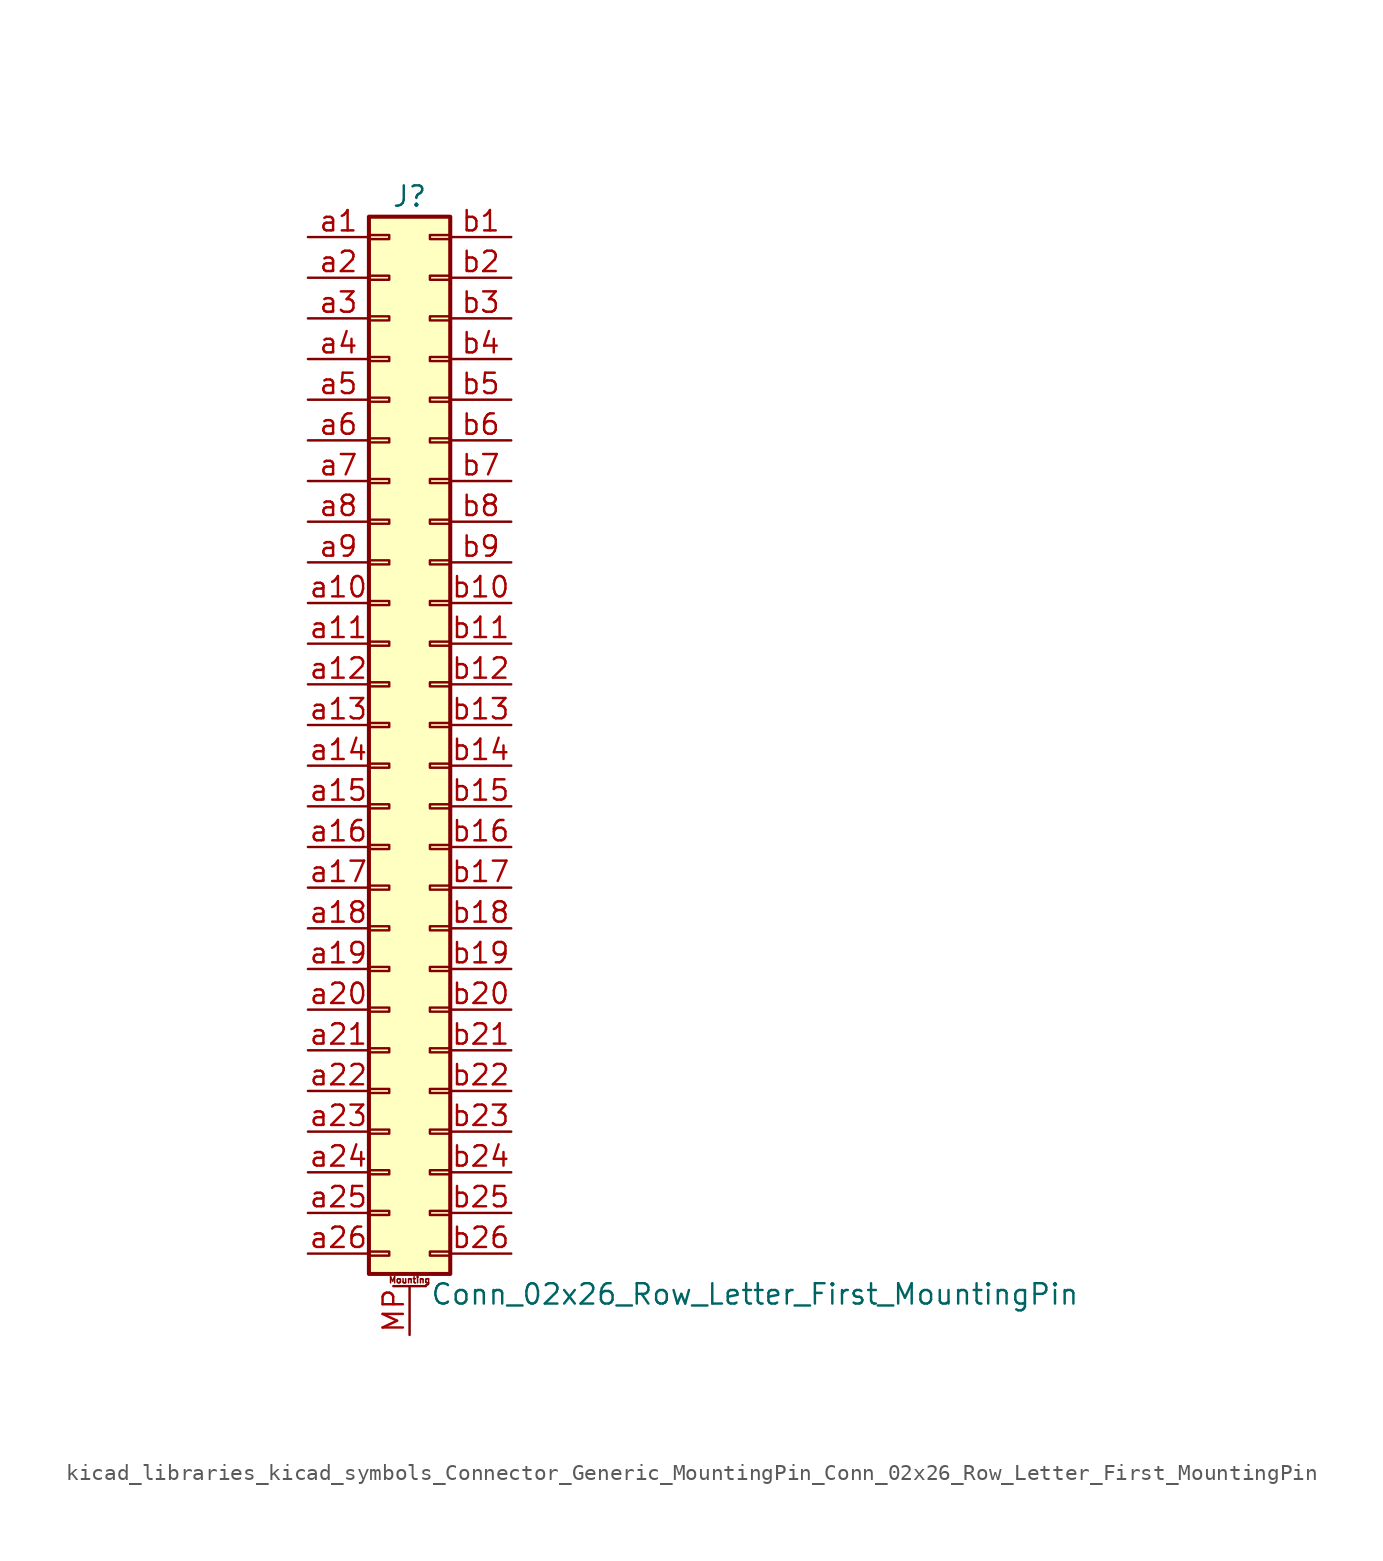
<source format=kicad_sym>
(kicad_symbol_lib
  (version 20220914)
  (generator kicad_symbol_editor)
  (symbol "kicad_libraries_kicad_symbols_Connector_Generic_MountingPin_Conn_02x26_Row_Letter_First_MountingPin"
    (pin_names
      (offset 1.016) hide)
    (property "Reference" "J"
      (at 1.27 33.02 0)
      (effects (font (size 1.27 1.27))))
    (property "Value" "Conn_02x26_Row_Letter_First_MountingPin"
      (at 2.54 -35.56 0)
      (effects (font (size 1.27 1.27)) (justify left)))
    (symbol "kicad_libraries_kicad_symbols_Connector_Generic_MountingPin_Conn_02x26_Row_Letter_First_MountingPin_1_1"
      (rectangle (start -1.27 -32.893) (end 0 -33.147) (stroke (width 0.152) (type default)) (fill (type none)))
      (rectangle (start -1.27 -30.353) (end 0 -30.607) (stroke (width 0.152) (type default)) (fill (type none)))
      (rectangle (start -1.27 -27.813) (end 0 -28.067) (stroke (width 0.152) (type default)) (fill (type none)))
      (rectangle (start -1.27 -25.273) (end 0 -25.527) (stroke (width 0.152) (type default)) (fill (type none)))
      (rectangle (start -1.27 -22.733) (end 0 -22.987) (stroke (width 0.152) (type default)) (fill (type none)))
      (rectangle (start -1.27 -20.193) (end 0 -20.447) (stroke (width 0.152) (type default)) (fill (type none)))
      (rectangle (start -1.27 -17.653) (end 0 -17.907) (stroke (width 0.152) (type default)) (fill (type none)))
      (rectangle (start -1.27 -15.113) (end 0 -15.367) (stroke (width 0.152) (type default)) (fill (type none)))
      (rectangle (start -1.27 -12.573) (end 0 -12.827) (stroke (width 0.152) (type default)) (fill (type none)))
      (rectangle (start -1.27 -10.033) (end 0 -10.287) (stroke (width 0.152) (type default)) (fill (type none)))
      (rectangle (start -1.27 -7.493) (end 0 -7.747) (stroke (width 0.152) (type default)) (fill (type none)))
      (rectangle (start -1.27 -4.953) (end 0 -5.207) (stroke (width 0.152) (type default)) (fill (type none)))
      (rectangle (start -1.27 -2.413) (end 0 -2.667) (stroke (width 0.152) (type default)) (fill (type none)))
      (rectangle (start -1.27 0.127) (end 0 -0.127) (stroke (width 0.152) (type default)) (fill (type none)))
      (rectangle (start -1.27 2.667) (end 0 2.413) (stroke (width 0.152) (type default)) (fill (type none)))
      (rectangle (start -1.27 5.207) (end 0 4.953) (stroke (width 0.152) (type default)) (fill (type none)))
      (rectangle (start -1.27 7.747) (end 0 7.493) (stroke (width 0.152) (type default)) (fill (type none)))
      (rectangle (start -1.27 10.287) (end 0 10.033) (stroke (width 0.152) (type default)) (fill (type none)))
      (rectangle (start -1.27 12.827) (end 0 12.573) (stroke (width 0.152) (type default)) (fill (type none)))
      (rectangle (start -1.27 15.367) (end 0 15.113) (stroke (width 0.152) (type default)) (fill (type none)))
      (rectangle (start -1.27 17.907) (end 0 17.653) (stroke (width 0.152) (type default)) (fill (type none)))
      (rectangle (start -1.27 20.447) (end 0 20.193) (stroke (width 0.152) (type default)) (fill (type none)))
      (rectangle (start -1.27 22.987) (end 0 22.733) (stroke (width 0.152) (type default)) (fill (type none)))
      (rectangle (start -1.27 25.527) (end 0 25.273) (stroke (width 0.152) (type default)) (fill (type none)))
      (rectangle (start -1.27 28.067) (end 0 27.813) (stroke (width 0.152) (type default)) (fill (type none)))
      (rectangle (start -1.27 30.607) (end 0 30.353) (stroke (width 0.152) (type default)) (fill (type none)))
      (rectangle (start -1.27 31.75) (end 3.81 -34.29) (stroke (width 0.254) (type default)) (fill (type background)))
      (polyline (pts (xy 0.254 -35.052) (xy 2.286 -35.052)) (stroke (width 0.152) (type default)) (fill (type none)))
      (rectangle (start 3.81 -32.893) (end 2.54 -33.147) (stroke (width 0.152) (type default)) (fill (type none)))
      (rectangle (start 3.81 -30.353) (end 2.54 -30.607) (stroke (width 0.152) (type default)) (fill (type none)))
      (rectangle (start 3.81 -27.813) (end 2.54 -28.067) (stroke (width 0.152) (type default)) (fill (type none)))
      (rectangle (start 3.81 -25.273) (end 2.54 -25.527) (stroke (width 0.152) (type default)) (fill (type none)))
      (rectangle (start 3.81 -22.733) (end 2.54 -22.987) (stroke (width 0.152) (type default)) (fill (type none)))
      (rectangle (start 3.81 -20.193) (end 2.54 -20.447) (stroke (width 0.152) (type default)) (fill (type none)))
      (rectangle (start 3.81 -17.653) (end 2.54 -17.907) (stroke (width 0.152) (type default)) (fill (type none)))
      (rectangle (start 3.81 -15.113) (end 2.54 -15.367) (stroke (width 0.152) (type default)) (fill (type none)))
      (rectangle (start 3.81 -12.573) (end 2.54 -12.827) (stroke (width 0.152) (type default)) (fill (type none)))
      (rectangle (start 3.81 -10.033) (end 2.54 -10.287) (stroke (width 0.152) (type default)) (fill (type none)))
      (rectangle (start 3.81 -7.493) (end 2.54 -7.747) (stroke (width 0.152) (type default)) (fill (type none)))
      (rectangle (start 3.81 -4.953) (end 2.54 -5.207) (stroke (width 0.152) (type default)) (fill (type none)))
      (rectangle (start 3.81 -2.413) (end 2.54 -2.667) (stroke (width 0.152) (type default)) (fill (type none)))
      (rectangle (start 3.81 0.127) (end 2.54 -0.127) (stroke (width 0.152) (type default)) (fill (type none)))
      (rectangle (start 3.81 2.667) (end 2.54 2.413) (stroke (width 0.152) (type default)) (fill (type none)))
      (rectangle (start 3.81 5.207) (end 2.54 4.953) (stroke (width 0.152) (type default)) (fill (type none)))
      (rectangle (start 3.81 7.747) (end 2.54 7.493) (stroke (width 0.152) (type default)) (fill (type none)))
      (rectangle (start 3.81 10.287) (end 2.54 10.033) (stroke (width 0.152) (type default)) (fill (type none)))
      (rectangle (start 3.81 12.827) (end 2.54 12.573) (stroke (width 0.152) (type default)) (fill (type none)))
      (rectangle (start 3.81 15.367) (end 2.54 15.113) (stroke (width 0.152) (type default)) (fill (type none)))
      (rectangle (start 3.81 17.907) (end 2.54 17.653) (stroke (width 0.152) (type default)) (fill (type none)))
      (rectangle (start 3.81 20.447) (end 2.54 20.193) (stroke (width 0.152) (type default)) (fill (type none)))
      (rectangle (start 3.81 22.987) (end 2.54 22.733) (stroke (width 0.152) (type default)) (fill (type none)))
      (rectangle (start 3.81 25.527) (end 2.54 25.273) (stroke (width 0.152) (type default)) (fill (type none)))
      (rectangle (start 3.81 28.067) (end 2.54 27.813) (stroke (width 0.152) (type default)) (fill (type none)))
      (rectangle (start 3.81 30.607) (end 2.54 30.353) (stroke (width 0.152) (type default)) (fill (type none)))
      (text "Mounting" (at 1.27 -34.671 0) (effects (font (size 0.381 0.381))))
      (pin passive line (at 1.27 -38.1 90) (length 3.048) (name "MountPin" (effects (font (size 1.27 1.27)))) (number "MP" (effects (font (size 1.27 1.27)))))
      (pin passive line (at -5.08 30.48 0) (length 3.81) (name "Pin_a1" (effects (font (size 1.27 1.27)))) (number "a1" (effects (font (size 1.27 1.27)))))
      (pin passive line (at -5.08 7.62 0) (length 3.81) (name "Pin_a10" (effects (font (size 1.27 1.27)))) (number "a10" (effects (font (size 1.27 1.27)))))
      (pin passive line (at -5.08 5.08 0) (length 3.81) (name "Pin_a11" (effects (font (size 1.27 1.27)))) (number "a11" (effects (font (size 1.27 1.27)))))
      (pin passive line (at -5.08 2.54 0) (length 3.81) (name "Pin_a12" (effects (font (size 1.27 1.27)))) (number "a12" (effects (font (size 1.27 1.27)))))
      (pin passive line (at -5.08 0 0) (length 3.81) (name "Pin_a13" (effects (font (size 1.27 1.27)))) (number "a13" (effects (font (size 1.27 1.27)))))
      (pin passive line (at -5.08 -2.54 0) (length 3.81) (name "Pin_a14" (effects (font (size 1.27 1.27)))) (number "a14" (effects (font (size 1.27 1.27)))))
      (pin passive line (at -5.08 -5.08 0) (length 3.81) (name "Pin_a15" (effects (font (size 1.27 1.27)))) (number "a15" (effects (font (size 1.27 1.27)))))
      (pin passive line (at -5.08 -7.62 0) (length 3.81) (name "Pin_a16" (effects (font (size 1.27 1.27)))) (number "a16" (effects (font (size 1.27 1.27)))))
      (pin passive line (at -5.08 -10.16 0) (length 3.81) (name "Pin_a17" (effects (font (size 1.27 1.27)))) (number "a17" (effects (font (size 1.27 1.27)))))
      (pin passive line (at -5.08 -12.7 0) (length 3.81) (name "Pin_a18" (effects (font (size 1.27 1.27)))) (number "a18" (effects (font (size 1.27 1.27)))))
      (pin passive line (at -5.08 -15.24 0) (length 3.81) (name "Pin_a19" (effects (font (size 1.27 1.27)))) (number "a19" (effects (font (size 1.27 1.27)))))
      (pin passive line (at -5.08 27.94 0) (length 3.81) (name "Pin_a2" (effects (font (size 1.27 1.27)))) (number "a2" (effects (font (size 1.27 1.27)))))
      (pin passive line (at -5.08 -17.78 0) (length 3.81) (name "Pin_a20" (effects (font (size 1.27 1.27)))) (number "a20" (effects (font (size 1.27 1.27)))))
      (pin passive line (at -5.08 -20.32 0) (length 3.81) (name "Pin_a21" (effects (font (size 1.27 1.27)))) (number "a21" (effects (font (size 1.27 1.27)))))
      (pin passive line (at -5.08 -22.86 0) (length 3.81) (name "Pin_a22" (effects (font (size 1.27 1.27)))) (number "a22" (effects (font (size 1.27 1.27)))))
      (pin passive line (at -5.08 -25.4 0) (length 3.81) (name "Pin_a23" (effects (font (size 1.27 1.27)))) (number "a23" (effects (font (size 1.27 1.27)))))
      (pin passive line (at -5.08 -27.94 0) (length 3.81) (name "Pin_a24" (effects (font (size 1.27 1.27)))) (number "a24" (effects (font (size 1.27 1.27)))))
      (pin passive line (at -5.08 -30.48 0) (length 3.81) (name "Pin_a25" (effects (font (size 1.27 1.27)))) (number "a25" (effects (font (size 1.27 1.27)))))
      (pin passive line (at -5.08 -33.02 0) (length 3.81) (name "Pin_a26" (effects (font (size 1.27 1.27)))) (number "a26" (effects (font (size 1.27 1.27)))))
      (pin passive line (at -5.08 25.4 0) (length 3.81) (name "Pin_a3" (effects (font (size 1.27 1.27)))) (number "a3" (effects (font (size 1.27 1.27)))))
      (pin passive line (at -5.08 22.86 0) (length 3.81) (name "Pin_a4" (effects (font (size 1.27 1.27)))) (number "a4" (effects (font (size 1.27 1.27)))))
      (pin passive line (at -5.08 20.32 0) (length 3.81) (name "Pin_a5" (effects (font (size 1.27 1.27)))) (number "a5" (effects (font (size 1.27 1.27)))))
      (pin passive line (at -5.08 17.78 0) (length 3.81) (name "Pin_a6" (effects (font (size 1.27 1.27)))) (number "a6" (effects (font (size 1.27 1.27)))))
      (pin passive line (at -5.08 15.24 0) (length 3.81) (name "Pin_a7" (effects (font (size 1.27 1.27)))) (number "a7" (effects (font (size 1.27 1.27)))))
      (pin passive line (at -5.08 12.7 0) (length 3.81) (name "Pin_a8" (effects (font (size 1.27 1.27)))) (number "a8" (effects (font (size 1.27 1.27)))))
      (pin passive line (at -5.08 10.16 0) (length 3.81) (name "Pin_a9" (effects (font (size 1.27 1.27)))) (number "a9" (effects (font (size 1.27 1.27)))))
      (pin passive line (at 7.62 30.48 180) (length 3.81) (name "Pin_b1" (effects (font (size 1.27 1.27)))) (number "b1" (effects (font (size 1.27 1.27)))))
      (pin passive line (at 7.62 7.62 180) (length 3.81) (name "Pin_b10" (effects (font (size 1.27 1.27)))) (number "b10" (effects (font (size 1.27 1.27)))))
      (pin passive line (at 7.62 5.08 180) (length 3.81) (name "Pin_b11" (effects (font (size 1.27 1.27)))) (number "b11" (effects (font (size 1.27 1.27)))))
      (pin passive line (at 7.62 2.54 180) (length 3.81) (name "Pin_b12" (effects (font (size 1.27 1.27)))) (number "b12" (effects (font (size 1.27 1.27)))))
      (pin passive line (at 7.62 0 180) (length 3.81) (name "Pin_b13" (effects (font (size 1.27 1.27)))) (number "b13" (effects (font (size 1.27 1.27)))))
      (pin passive line (at 7.62 -2.54 180) (length 3.81) (name "Pin_b14" (effects (font (size 1.27 1.27)))) (number "b14" (effects (font (size 1.27 1.27)))))
      (pin passive line (at 7.62 -5.08 180) (length 3.81) (name "Pin_b15" (effects (font (size 1.27 1.27)))) (number "b15" (effects (font (size 1.27 1.27)))))
      (pin passive line (at 7.62 -7.62 180) (length 3.81) (name "Pin_b16" (effects (font (size 1.27 1.27)))) (number "b16" (effects (font (size 1.27 1.27)))))
      (pin passive line (at 7.62 -10.16 180) (length 3.81) (name "Pin_b17" (effects (font (size 1.27 1.27)))) (number "b17" (effects (font (size 1.27 1.27)))))
      (pin passive line (at 7.62 -12.7 180) (length 3.81) (name "Pin_b18" (effects (font (size 1.27 1.27)))) (number "b18" (effects (font (size 1.27 1.27)))))
      (pin passive line (at 7.62 -15.24 180) (length 3.81) (name "Pin_b19" (effects (font (size 1.27 1.27)))) (number "b19" (effects (font (size 1.27 1.27)))))
      (pin passive line (at 7.62 27.94 180) (length 3.81) (name "Pin_b2" (effects (font (size 1.27 1.27)))) (number "b2" (effects (font (size 1.27 1.27)))))
      (pin passive line (at 7.62 -17.78 180) (length 3.81) (name "Pin_b20" (effects (font (size 1.27 1.27)))) (number "b20" (effects (font (size 1.27 1.27)))))
      (pin passive line (at 7.62 -20.32 180) (length 3.81) (name "Pin_b21" (effects (font (size 1.27 1.27)))) (number "b21" (effects (font (size 1.27 1.27)))))
      (pin passive line (at 7.62 -22.86 180) (length 3.81) (name "Pin_b22" (effects (font (size 1.27 1.27)))) (number "b22" (effects (font (size 1.27 1.27)))))
      (pin passive line (at 7.62 -25.4 180) (length 3.81) (name "Pin_b23" (effects (font (size 1.27 1.27)))) (number "b23" (effects (font (size 1.27 1.27)))))
      (pin passive line (at 7.62 -27.94 180) (length 3.81) (name "Pin_b24" (effects (font (size 1.27 1.27)))) (number "b24" (effects (font (size 1.27 1.27)))))
      (pin passive line (at 7.62 -30.48 180) (length 3.81) (name "Pin_b25" (effects (font (size 1.27 1.27)))) (number "b25" (effects (font (size 1.27 1.27)))))
      (pin passive line (at 7.62 -33.02 180) (length 3.81) (name "Pin_b26" (effects (font (size 1.27 1.27)))) (number "b26" (effects (font (size 1.27 1.27)))))
      (pin passive line (at 7.62 25.4 180) (length 3.81) (name "Pin_b3" (effects (font (size 1.27 1.27)))) (number "b3" (effects (font (size 1.27 1.27)))))
      (pin passive line (at 7.62 22.86 180) (length 3.81) (name "Pin_b4" (effects (font (size 1.27 1.27)))) (number "b4" (effects (font (size 1.27 1.27)))))
      (pin passive line (at 7.62 20.32 180) (length 3.81) (name "Pin_b5" (effects (font (size 1.27 1.27)))) (number "b5" (effects (font (size 1.27 1.27)))))
      (pin passive line (at 7.62 17.78 180) (length 3.81) (name "Pin_b6" (effects (font (size 1.27 1.27)))) (number "b6" (effects (font (size 1.27 1.27)))))
      (pin passive line (at 7.62 15.24 180) (length 3.81) (name "Pin_b7" (effects (font (size 1.27 1.27)))) (number "b7" (effects (font (size 1.27 1.27)))))
      (pin passive line (at 7.62 12.7 180) (length 3.81) (name "Pin_b8" (effects (font (size 1.27 1.27)))) (number "b8" (effects (font (size 1.27 1.27)))))
      (pin passive line (at 7.62 10.16 180) (length 3.81) (name "Pin_b9" (effects (font (size 1.27 1.27)))) (number "b9" (effects (font (size 1.27 1.27))))))))
</source>
